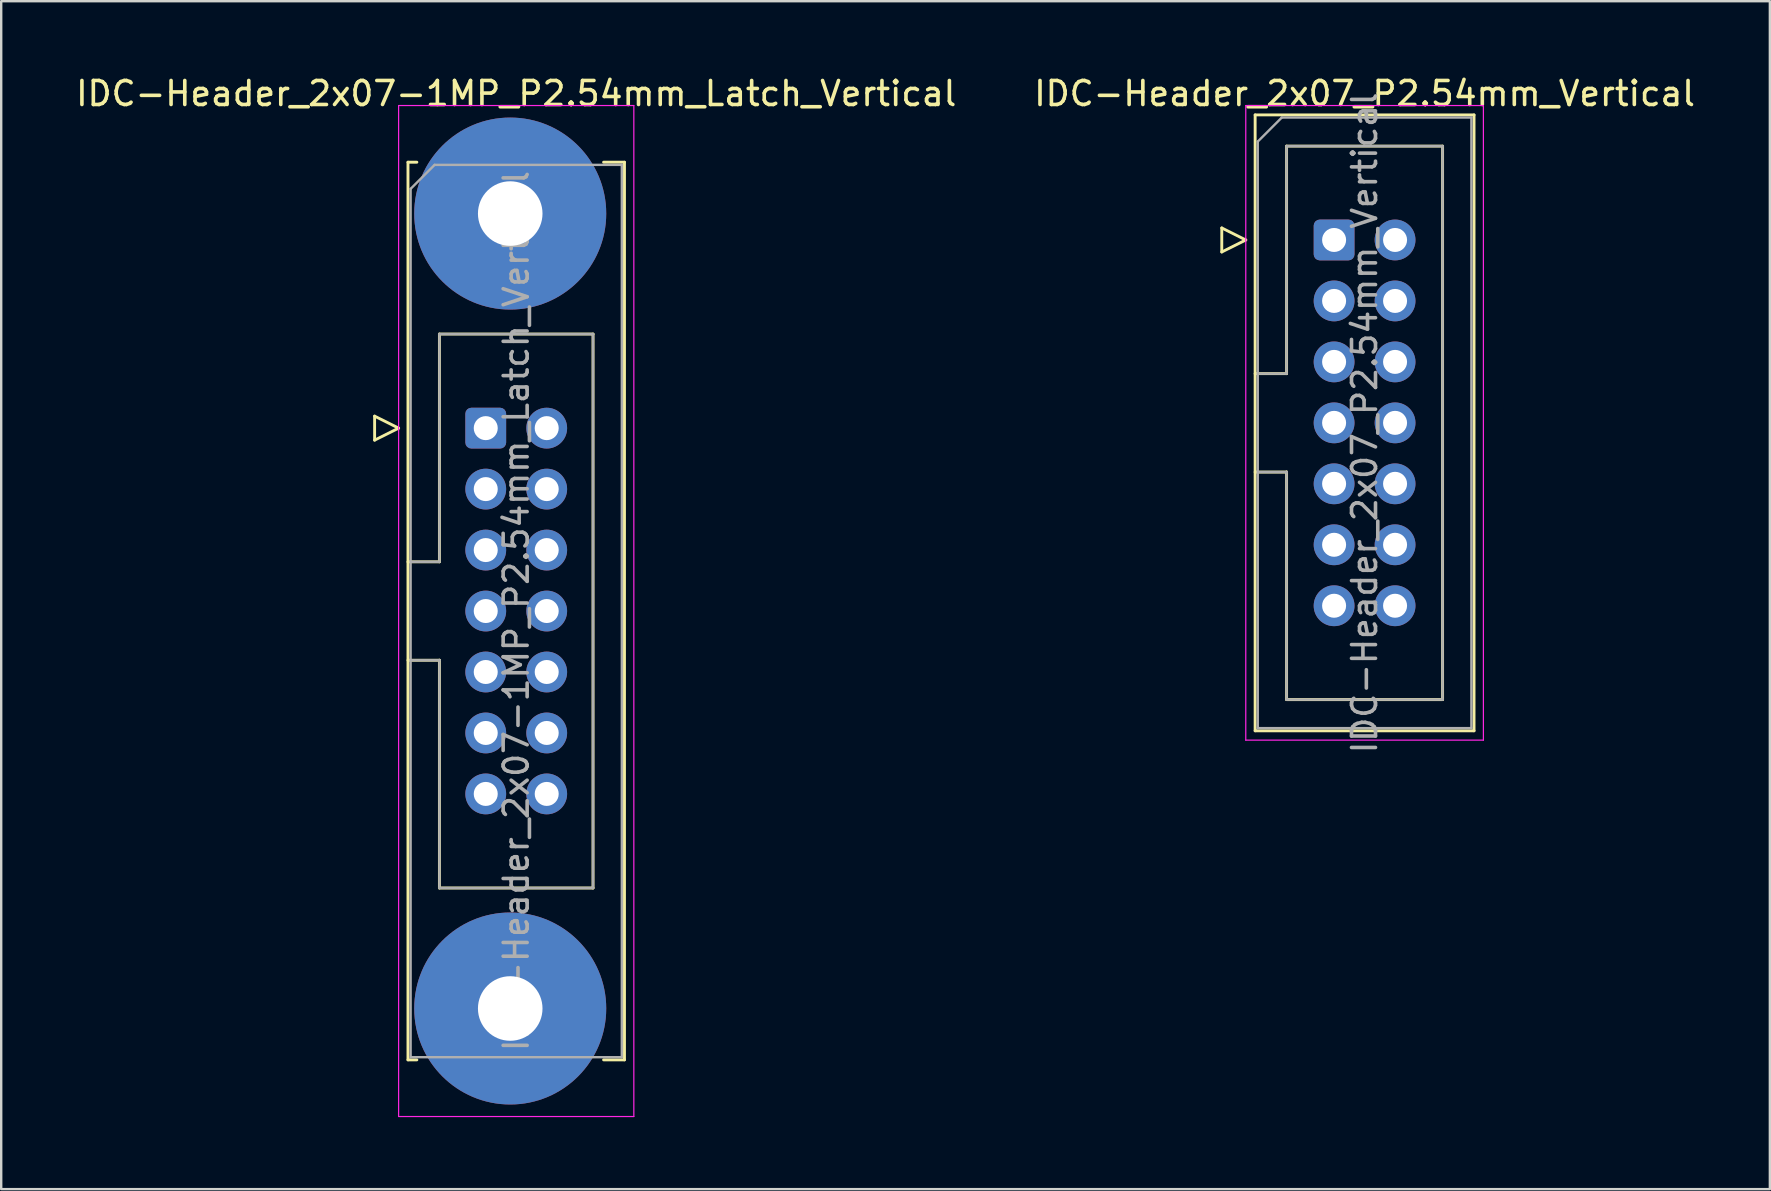
<source format=kicad_pcb>
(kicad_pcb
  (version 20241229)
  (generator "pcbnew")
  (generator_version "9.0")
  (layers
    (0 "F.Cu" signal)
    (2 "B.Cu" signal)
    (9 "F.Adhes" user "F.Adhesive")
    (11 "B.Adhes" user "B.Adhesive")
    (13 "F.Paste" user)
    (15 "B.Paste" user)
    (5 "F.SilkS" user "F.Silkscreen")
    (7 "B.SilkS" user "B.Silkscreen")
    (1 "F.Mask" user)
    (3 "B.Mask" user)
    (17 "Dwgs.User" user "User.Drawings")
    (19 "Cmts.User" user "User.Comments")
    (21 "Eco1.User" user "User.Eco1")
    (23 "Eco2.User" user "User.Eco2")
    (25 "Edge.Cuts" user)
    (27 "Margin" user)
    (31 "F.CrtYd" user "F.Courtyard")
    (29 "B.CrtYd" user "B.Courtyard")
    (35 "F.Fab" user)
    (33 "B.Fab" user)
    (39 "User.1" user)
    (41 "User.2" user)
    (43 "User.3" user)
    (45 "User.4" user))
  (footprint "IDC-Header_2x07_P2.54mm_Vertical"
    (layer "F.Cu")
    (at 52.534 6.948)
    (property "Reference" "IDC-Header_2x07_P2.54mm_Vertical" (at 1.27 -6.1 0) (layer "F.SilkS") (effects (font (size 1 1) (thickness 0.15))))
    (attr through_hole)
    (fp_line (start -4.68 -0.5) (end -4.68 0.5) (stroke (width 0.12) (type solid)) (layer "F.SilkS"))
    (fp_line (start -4.68 0.5) (end -3.68 0) (stroke (width 0.12) (type solid)) (layer "F.SilkS"))
    (fp_line (start -3.68 0) (end -4.68 -0.5) (stroke (width 0.12) (type solid)) (layer "F.SilkS"))
    (fp_line (start -3.29 -5.21) (end 5.83 -5.21) (stroke (width 0.12) (type solid)) (layer "F.SilkS"))
    (fp_line (start -3.29 5.57) (end -1.98 5.57) (stroke (width 0.12) (type solid)) (layer "F.SilkS"))
    (fp_line (start -3.29 20.45) (end -3.29 -5.21) (stroke (width 0.12) (type solid)) (layer "F.SilkS"))
    (fp_line (start -1.98 -3.91) (end 4.52 -3.91) (stroke (width 0.12) (type solid)) (layer "F.SilkS"))
    (fp_line (start -1.98 5.57) (end -1.98 -3.91) (stroke (width 0.12) (type solid)) (layer "F.SilkS"))
    (fp_line (start -1.98 9.67) (end -3.29 9.67) (stroke (width 0.12) (type solid)) (layer "F.SilkS"))
    (fp_line (start -1.98 9.67) (end -1.98 9.67) (stroke (width 0.12) (type solid)) (layer "F.SilkS"))
    (fp_line (start -1.98 19.15) (end -1.98 9.67) (stroke (width 0.12) (type solid)) (layer "F.SilkS"))
    (fp_line (start 4.52 -3.91) (end 4.52 19.15) (stroke (width 0.12) (type solid)) (layer "F.SilkS"))
    (fp_line (start 4.52 19.15) (end -1.98 19.15) (stroke (width 0.12) (type solid)) (layer "F.SilkS"))
    (fp_line (start 5.83 -5.21) (end 5.83 20.45) (stroke (width 0.12) (type solid)) (layer "F.SilkS"))
    (fp_line (start 5.83 20.45) (end -3.29 20.45) (stroke (width 0.12) (type solid)) (layer "F.SilkS"))
    (fp_line (start -3.68 -5.6) (end -3.68 20.84) (stroke (width 0.05) (type solid)) (layer "F.CrtYd"))
    (fp_line (start -3.68 20.84) (end 6.22 20.84) (stroke (width 0.05) (type solid)) (layer "F.CrtYd"))
    (fp_line (start 6.22 -5.6) (end -3.68 -5.6) (stroke (width 0.05) (type solid)) (layer "F.CrtYd"))
    (fp_line (start 6.22 20.84) (end 6.22 -5.6) (stroke (width 0.05) (type solid)) (layer "F.CrtYd"))
    (fp_line (start -3.18 -4.1) (end -2.18 -5.1) (stroke (width 0.1) (type solid)) (layer "F.Fab"))
    (fp_line (start -3.18 5.57) (end -1.98 5.57) (stroke (width 0.1) (type solid)) (layer "F.Fab"))
    (fp_line (start -3.18 20.34) (end -3.18 -4.1) (stroke (width 0.1) (type solid)) (layer "F.Fab"))
    (fp_line (start -2.18 -5.1) (end 5.72 -5.1) (stroke (width 0.1) (type solid)) (layer "F.Fab"))
    (fp_line (start -1.98 -3.91) (end 4.52 -3.91) (stroke (width 0.1) (type solid)) (layer "F.Fab"))
    (fp_line (start -1.98 5.57) (end -1.98 -3.91) (stroke (width 0.1) (type solid)) (layer "F.Fab"))
    (fp_line (start -1.98 9.67) (end -3.18 9.67) (stroke (width 0.1) (type solid)) (layer "F.Fab"))
    (fp_line (start -1.98 9.67) (end -1.98 9.67) (stroke (width 0.1) (type solid)) (layer "F.Fab"))
    (fp_line (start -1.98 19.15) (end -1.98 9.67) (stroke (width 0.1) (type solid)) (layer "F.Fab"))
    (fp_line (start 4.52 -3.91) (end 4.52 19.15) (stroke (width 0.1) (type solid)) (layer "F.Fab"))
    (fp_line (start 4.52 19.15) (end -1.98 19.15) (stroke (width 0.1) (type solid)) (layer "F.Fab"))
    (fp_line (start 5.72 -5.1) (end 5.72 20.34) (stroke (width 0.1) (type solid)) (layer "F.Fab"))
    (fp_line (start 5.72 20.34) (end -3.18 20.34) (stroke (width 0.1) (type solid)) (layer "F.Fab"))
    (fp_text user "${REFERENCE}" (at 1.27 7.62 90) (layer "F.Fab") (effects (font (size 1 1) (thickness 0.15))))
    (pad "1" thru_hole roundrect (at 0 0) (size 1.7 1.7) (drill 1) (layers "*.Cu" "*.Mask") (roundrect_rratio 0.147))
    (pad "2" thru_hole circle (at 2.54 0) (size 1.7 1.7) (drill 1) (layers "*.Cu" "*.Mask"))
    (pad "3" thru_hole circle (at 0 2.54) (size 1.7 1.7) (drill 1) (layers "*.Cu" "*.Mask"))
    (pad "4" thru_hole circle (at 2.54 2.54) (size 1.7 1.7) (drill 1) (layers "*.Cu" "*.Mask"))
    (pad "5" thru_hole circle (at 0 5.08) (size 1.7 1.7) (drill 1) (layers "*.Cu" "*.Mask"))
    (pad "6" thru_hole circle (at 2.54 5.08) (size 1.7 1.7) (drill 1) (layers "*.Cu" "*.Mask"))
    (pad "7" thru_hole circle (at 0 7.62) (size 1.7 1.7) (drill 1) (layers "*.Cu" "*.Mask"))
    (pad "8" thru_hole circle (at 2.54 7.62) (size 1.7 1.7) (drill 1) (layers "*.Cu" "*.Mask"))
    (pad "9" thru_hole circle (at 0 10.16) (size 1.7 1.7) (drill 1) (layers "*.Cu" "*.Mask"))
    (pad "10" thru_hole circle (at 2.54 10.16) (size 1.7 1.7) (drill 1) (layers "*.Cu" "*.Mask"))
    (pad "11" thru_hole circle (at 0 12.7) (size 1.7 1.7) (drill 1) (layers "*.Cu" "*.Mask"))
    (pad "12" thru_hole circle (at 2.54 12.7) (size 1.7 1.7) (drill 1) (layers "*.Cu" "*.Mask"))
    (pad "13" thru_hole circle (at 0 15.24) (size 1.7 1.7) (drill 1) (layers "*.Cu" "*.Mask"))
    (pad "14" thru_hole circle (at 2.54 15.24) (size 1.7 1.7) (drill 1) (layers "*.Cu" "*.Mask")))
  (footprint "IDC-Header_2x07-1MP_P2.54mm_Latch_Vertical"
    (layer "F.Cu")
    (at 17.188 14.788)
    (property "Reference" "IDC-Header_2x07-1MP_P2.54mm_Latch_Vertical" (at 1.27 -13.94 0) (layer "F.SilkS") (effects (font (size 1 1) (thickness 0.15))))
    (attr through_hole)
    (fp_line (start -4.63 -0.5) (end -4.63 0.5) (stroke (width 0.12) (type solid)) (layer "F.SilkS"))
    (fp_line (start -4.63 0.5) (end -3.63 0) (stroke (width 0.12) (type solid)) (layer "F.SilkS"))
    (fp_line (start -3.63 0) (end -4.63 -0.5) (stroke (width 0.12) (type solid)) (layer "F.SilkS"))
    (fp_line (start -3.24 -11.08) (end -3.24 26.32) (stroke (width 0.12) (type solid)) (layer "F.SilkS"))
    (fp_line (start -3.24 5.57) (end -1.93 5.57) (stroke (width 0.12) (type solid)) (layer "F.SilkS"))
    (fp_line (start -3.24 26.32) (end -2.87 26.32) (stroke (width 0.12) (type solid)) (layer "F.SilkS"))
    (fp_line (start -2.87 -11.08) (end -3.24 -11.08) (stroke (width 0.12) (type solid)) (layer "F.SilkS"))
    (fp_line (start -1.93 -3.92) (end 4.47 -3.92) (stroke (width 0.12) (type solid)) (layer "F.SilkS"))
    (fp_line (start -1.93 5.57) (end -1.93 -3.92) (stroke (width 0.12) (type solid)) (layer "F.SilkS"))
    (fp_line (start -1.93 9.67) (end -3.24 9.67) (stroke (width 0.12) (type solid)) (layer "F.SilkS"))
    (fp_line (start -1.93 9.67) (end -1.93 9.67) (stroke (width 0.12) (type solid)) (layer "F.SilkS"))
    (fp_line (start -1.93 19.16) (end -1.93 9.67) (stroke (width 0.12) (type solid)) (layer "F.SilkS"))
    (fp_line (start 4.47 -3.92) (end 4.47 19.16) (stroke (width 0.12) (type solid)) (layer "F.SilkS"))
    (fp_line (start 4.47 19.16) (end -1.93 19.16) (stroke (width 0.12) (type solid)) (layer "F.SilkS"))
    (fp_line (start 4.91 -11.08) (end 5.78 -11.08) (stroke (width 0.12) (type solid)) (layer "F.SilkS"))
    (fp_line (start 5.78 -11.08) (end 5.78 26.32) (stroke (width 0.12) (type solid)) (layer "F.SilkS"))
    (fp_line (start 5.78 26.32) (end 4.91 26.32) (stroke (width 0.12) (type solid)) (layer "F.SilkS"))
    (fp_line (start -3.63 -13.44) (end -3.63 28.68) (stroke (width 0.05) (type solid)) (layer "F.CrtYd"))
    (fp_line (start -3.63 28.68) (end 6.17 28.68) (stroke (width 0.05) (type solid)) (layer "F.CrtYd"))
    (fp_line (start 6.17 -13.44) (end -3.63 -13.44) (stroke (width 0.05) (type solid)) (layer "F.CrtYd"))
    (fp_line (start 6.17 28.68) (end 6.17 -13.44) (stroke (width 0.05) (type solid)) (layer "F.CrtYd"))
    (fp_line (start -3.13 -9.97) (end -2.13 -10.97) (stroke (width 0.1) (type solid)) (layer "F.Fab"))
    (fp_line (start -3.13 5.57) (end -1.93 5.57) (stroke (width 0.1) (type solid)) (layer "F.Fab"))
    (fp_line (start -3.13 26.21) (end -3.13 -9.97) (stroke (width 0.1) (type solid)) (layer "F.Fab"))
    (fp_line (start -2.13 -10.97) (end 5.67 -10.97) (stroke (width 0.1) (type solid)) (layer "F.Fab"))
    (fp_line (start -1.93 -3.92) (end 4.47 -3.92) (stroke (width 0.1) (type solid)) (layer "F.Fab"))
    (fp_line (start -1.93 5.57) (end -1.93 -3.92) (stroke (width 0.1) (type solid)) (layer "F.Fab"))
    (fp_line (start -1.93 9.67) (end -3.13 9.67) (stroke (width 0.1) (type solid)) (layer "F.Fab"))
    (fp_line (start -1.93 9.67) (end -1.93 9.67) (stroke (width 0.1) (type solid)) (layer "F.Fab"))
    (fp_line (start -1.93 19.16) (end -1.93 9.67) (stroke (width 0.1) (type solid)) (layer "F.Fab"))
    (fp_line (start 4.47 -3.92) (end 4.47 19.16) (stroke (width 0.1) (type solid)) (layer "F.Fab"))
    (fp_line (start 4.47 19.16) (end -1.93 19.16) (stroke (width 0.1) (type solid)) (layer "F.Fab"))
    (fp_line (start 5.67 -10.97) (end 5.67 26.21) (stroke (width 0.1) (type solid)) (layer "F.Fab"))
    (fp_line (start 5.67 26.21) (end -3.13 26.21) (stroke (width 0.1) (type solid)) (layer "F.Fab"))
    (fp_text user "${REFERENCE}" (at 1.27 7.62 90) (layer "F.Fab") (effects (font (size 1 1) (thickness 0.15))))
    (pad "1" thru_hole roundrect (at 0 0) (size 1.7 1.7) (drill 1) (layers "*.Cu" "*.Mask") (roundrect_rratio 0.147))
    (pad "2" thru_hole circle (at 2.54 0) (size 1.7 1.7) (drill 1) (layers "*.Cu" "*.Mask"))
    (pad "3" thru_hole circle (at 0 2.54) (size 1.7 1.7) (drill 1) (layers "*.Cu" "*.Mask"))
    (pad "4" thru_hole circle (at 2.54 2.54) (size 1.7 1.7) (drill 1) (layers "*.Cu" "*.Mask"))
    (pad "5" thru_hole circle (at 0 5.08) (size 1.7 1.7) (drill 1) (layers "*.Cu" "*.Mask"))
    (pad "6" thru_hole circle (at 2.54 5.08) (size 1.7 1.7) (drill 1) (layers "*.Cu" "*.Mask"))
    (pad "7" thru_hole circle (at 0 7.62) (size 1.7 1.7) (drill 1) (layers "*.Cu" "*.Mask"))
    (pad "8" thru_hole circle (at 2.54 7.62) (size 1.7 1.7) (drill 1) (layers "*.Cu" "*.Mask"))
    (pad "9" thru_hole circle (at 0 10.16) (size 1.7 1.7) (drill 1) (layers "*.Cu" "*.Mask"))
    (pad "10" thru_hole circle (at 2.54 10.16) (size 1.7 1.7) (drill 1) (layers "*.Cu" "*.Mask"))
    (pad "11" thru_hole circle (at 0 12.7) (size 1.7 1.7) (drill 1) (layers "*.Cu" "*.Mask"))
    (pad "12" thru_hole circle (at 2.54 12.7) (size 1.7 1.7) (drill 1) (layers "*.Cu" "*.Mask"))
    (pad "13" thru_hole circle (at 0 15.24) (size 1.7 1.7) (drill 1) (layers "*.Cu" "*.Mask"))
    (pad "14" thru_hole circle (at 2.54 15.24) (size 1.7 1.7) (drill 1) (layers "*.Cu" "*.Mask"))
    (pad "MP" thru_hole circle (at 1.02 -8.94) (size 8 8) (drill 2.69) (layers "*.Cu" "*.Mask"))
    (pad "MP" thru_hole circle (at 1.02 24.18) (size 8 8) (drill 2.69) (layers "*.Cu" "*.Mask")))
  (gr_rect
    (start -3 -3)
    (end 70.69 46.493)
    (stroke (width 0.1) (type default))
    (fill no)
    (layer "Edge.Cuts")))
</source>
